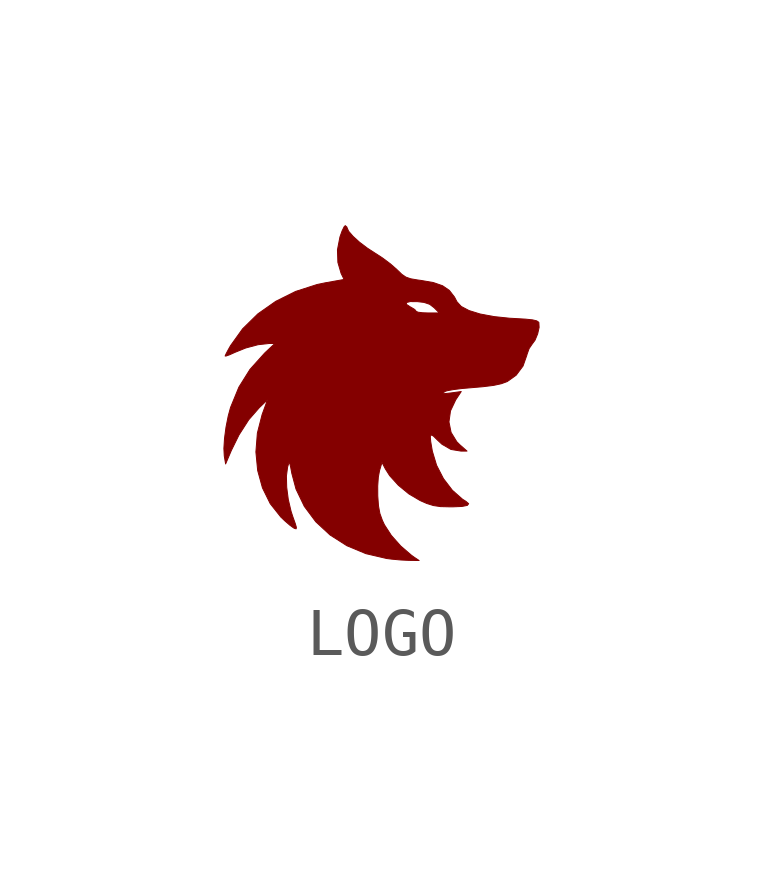
<source format=kicad_sym>
(kicad_symbol_lib
  (version 20220914)
  (generator "bitmap2component")
  (generator_version "8.0")
  (symbol "LOGO"
    (pin_names
      (offset 1.016))
    (property "Reference" "#G"
      (at 0 7.832 0)
      (effects (font (size 1.27 1.27)) hide))
    (symbol "LOGO_0_0"
      (polyline (pts (xy 0.677 -3.438) (xy 0.623 -3.399) (xy 0.399 -3.206) (xy 0.203 -2.985) (xy 0.06 -2.764) (xy 0.017 -2.672) (xy -0.035 -2.528) (xy -0.064 -2.37) (xy -0.079 -2.163) (xy -0.079 -2.162) (xy -0.08 -1.956) (xy -0.067 -1.77) (xy -0.042 -1.635) (xy 0.009 -1.463) (xy 0.08 -1.6) (xy 0.169 -1.74) (xy 0.35 -1.94) (xy 0.57 -2.121) (xy 0.804 -2.259) (xy 0.94 -2.319) (xy 1.08 -2.363) (xy 1.229 -2.385) (xy 1.425 -2.39) (xy 1.483 -2.39) (xy 1.677 -2.382) (xy 1.788 -2.36) (xy 1.815 -2.325) (xy 1.759 -2.276) (xy 1.688 -2.232) (xy 1.476 -2.045) (xy 1.29 -1.802) (xy 1.147 -1.524) (xy 1.059 -1.232) (xy 1.054 -1.203) (xy 1.024 -1.027) (xy 1.016 -0.925) (xy 1.034 -0.89) (xy 1.08 -0.914) (xy 1.157 -0.99) (xy 1.26 -1.086) (xy 1.447 -1.194) (xy 1.655 -1.228) (xy 1.781 -1.228) (xy 1.634 -1.099) (xy 1.568 -1.033) (xy 1.449 -0.839) (xy 1.405 -0.62) (xy 1.437 -0.39) (xy 1.546 -0.16) (xy 1.661 0.013) (xy 1.456 -0.015) (xy 1.34 -0.028) (xy 1.29 -0.021) (xy 1.302 0.007) (xy 1.363 0.029) (xy 1.492 0.053) (xy 1.674 0.076) (xy 1.893 0.095) (xy 2.115 0.114) (xy 2.334 0.141) (xy 2.496 0.176) (xy 2.617 0.22) (xy 2.618 0.22) (xy 2.806 0.354) (xy 2.949 0.545) (xy 3.028 0.77) (xy 3.031 0.784) (xy 3.075 0.908) (xy 3.137 0.999) (xy 3.2 1.085) (xy 3.254 1.216) (xy 3.284 1.35) (xy 3.279 1.451) (xy 3.275 1.458) (xy 3.235 1.486) (xy 3.147 1.507) (xy 3 1.522) (xy 2.781 1.535) (xy 2.669 1.541) (xy 2.337 1.576) (xy 2.052 1.63) (xy 1.823 1.701) (xy 1.66 1.787) (xy 1.572 1.884) (xy 1.52 1.983) (xy 1.413 2.121) (xy 1.272 2.218) (xy 1.081 2.284) (xy 0.823 2.329) (xy 0.754 2.338) (xy 0.608 2.363) (xy 0.507 2.398) (xy 0.423 2.456) (xy 0.325 2.55) (xy 0.318 2.557) (xy 0.187 2.672) (xy 0.019 2.798) (xy -0.153 2.909) (xy -0.299 3.004) (xy -0.46 3.126) (xy -0.594 3.248) (xy -0.686 3.354) (xy -0.72 3.43) (xy -0.721 3.439) (xy -0.756 3.471) (xy -0.78 3.447) (xy -0.822 3.361) (xy -0.867 3.235) (xy -0.919 2.967) (xy -0.91 2.705) (xy -0.843 2.476) (xy -0.781 2.349) (xy -1.175 2.279) (xy -1.343 2.244) (xy -1.79 2.1) (xy -2.206 1.893) (xy -2.294 1.831) (xy 0.518 1.831) (xy 0.519 1.868) (xy 0.597 1.888) (xy 0.747 1.887) (xy 0.885 1.871) (xy 1.002 1.832) (xy 1.095 1.761) (xy 1.205 1.651) (xy 0.962 1.651) (xy 0.857 1.655) (xy 0.758 1.667) (xy 0.72 1.687) (xy 0.692 1.723) (xy 0.614 1.77) (xy 0.596 1.779) (xy 0.518 1.831) (xy -2.294 1.831) (xy -2.579 1.631) (xy -2.896 1.32) (xy -3.147 0.97) (xy -3.19 0.894) (xy -3.24 0.8) (xy -3.26 0.754) (xy -3.242 0.753) (xy -3.168 0.779) (xy -3.055 0.83) (xy -2.83 0.921) (xy -2.575 0.989) (xy -2.349 1.014) (xy -2.223 1.015) (xy -2.414 0.836) (xy -2.438 0.813) (xy -2.742 0.475) (xy -2.974 0.104) (xy -3.147 -0.318) (xy -3.196 -0.498) (xy -3.242 -0.73) (xy -3.273 -0.964) (xy -3.286 -1.174) (xy -3.278 -1.33) (xy -3.25 -1.496) (xy -3.131 -1.216) (xy -2.971 -0.891) (xy -2.768 -0.575) (xy -2.548 -0.323) (xy -2.377 -0.159) (xy -2.483 -0.45) (xy -2.489 -0.466) (xy -2.588 -0.853) (xy -2.619 -1.246) (xy -2.582 -1.632) (xy -2.482 -1.995) (xy -2.32 -2.324) (xy -2.099 -2.603) (xy -2.014 -2.684) (xy -1.907 -2.776) (xy -1.832 -2.83) (xy -1.81 -2.841) (xy -1.78 -2.848) (xy -1.775 -2.818) (xy -1.799 -2.737) (xy -1.851 -2.591) (xy -1.886 -2.483) (xy -1.944 -2.236) (xy -1.977 -1.982) (xy -1.983 -1.749) (xy -1.959 -1.566) (xy -1.948 -1.526) (xy -1.93 -1.473) (xy -1.915 -1.478) (xy -1.897 -1.548) (xy -1.87 -1.693) (xy -1.783 -2.02) (xy -1.61 -2.38) (xy -1.371 -2.701) (xy -1.073 -2.977) (xy -0.722 -3.201) (xy -0.326 -3.366) (xy 0.107 -3.467) (xy 0.21 -3.48) (xy 0.404 -3.498) (xy 0.572 -3.506) (xy 0.783 -3.509) (xy 0.677 -3.438)) (stroke (width 0.01) (type default)) (fill (type outline))))))
</source>
